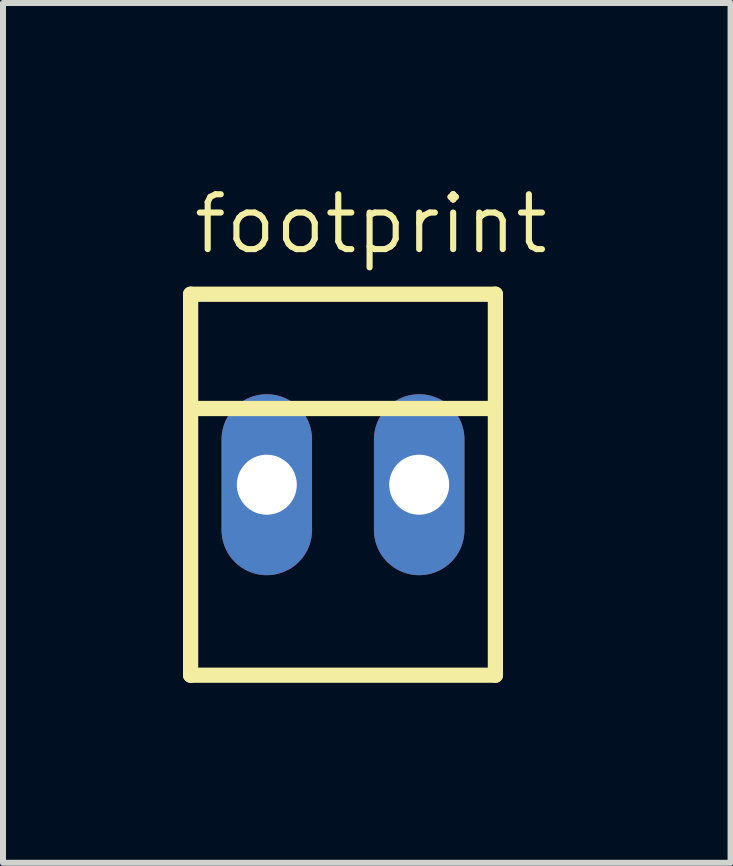
<source format=kicad_pcb>
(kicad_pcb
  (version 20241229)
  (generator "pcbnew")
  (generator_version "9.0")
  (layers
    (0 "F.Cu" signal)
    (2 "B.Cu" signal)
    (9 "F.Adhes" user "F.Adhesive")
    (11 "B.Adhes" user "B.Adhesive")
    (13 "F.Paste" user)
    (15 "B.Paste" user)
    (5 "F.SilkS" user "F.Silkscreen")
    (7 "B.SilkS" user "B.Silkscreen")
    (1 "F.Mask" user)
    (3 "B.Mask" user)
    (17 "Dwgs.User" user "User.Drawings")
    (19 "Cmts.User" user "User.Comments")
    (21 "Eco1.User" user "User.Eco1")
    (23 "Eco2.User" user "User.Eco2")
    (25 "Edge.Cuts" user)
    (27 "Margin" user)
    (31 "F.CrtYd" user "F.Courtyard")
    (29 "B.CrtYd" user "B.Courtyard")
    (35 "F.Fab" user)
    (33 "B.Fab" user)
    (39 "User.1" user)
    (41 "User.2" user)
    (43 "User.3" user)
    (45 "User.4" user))
  (footprint "footprint"
    (layer "F.Cu")
    (at 2.667 5.029)
    (property "Reference" "footprint" (at -2.54 -3.81 0) (layer "F.SilkS") (effects (font (size 0.914 0.914) (thickness 0.102)) (justify left bottom)))
    (fp_line (start -2.54 -3.175) (end 2.54 -3.175) (stroke (width 0.254) (type solid)) (layer "F.SilkS"))
    (fp_line (start -2.54 -1.27) (end -2.54 -3.175) (stroke (width 0.254) (type solid)) (layer "F.SilkS"))
    (fp_line (start -2.54 -1.27) (end 2.54 -1.27) (stroke (width 0.254) (type solid)) (layer "F.SilkS"))
    (fp_line (start -2.54 3.175) (end -2.54 -1.27) (stroke (width 0.254) (type solid)) (layer "F.SilkS"))
    (fp_line (start 2.54 -3.175) (end 2.54 -1.27) (stroke (width 0.254) (type solid)) (layer "F.SilkS"))
    (fp_line (start 2.54 -1.27) (end 2.54 3.175) (stroke (width 0.254) (type solid)) (layer "F.SilkS"))
    (fp_line (start 2.54 3.175) (end -2.54 3.175) (stroke (width 0.254) (type solid)) (layer "F.SilkS"))
    (pad "1" thru_hole oval (at -1.27 0 90) (size 3.016 1.508) (drill 1) (layers "*.Cu" "*.Mask"))
    (pad "2" thru_hole oval (at 1.27 0 90) (size 3.016 1.508) (drill 1) (layers "*.Cu" "*.Mask")))
  (gr_rect
    (start -3 -3)
    (end 9.127 11.331)
    (stroke (width 0.1) (type default))
    (fill no)
    (layer "Edge.Cuts")))
</source>
